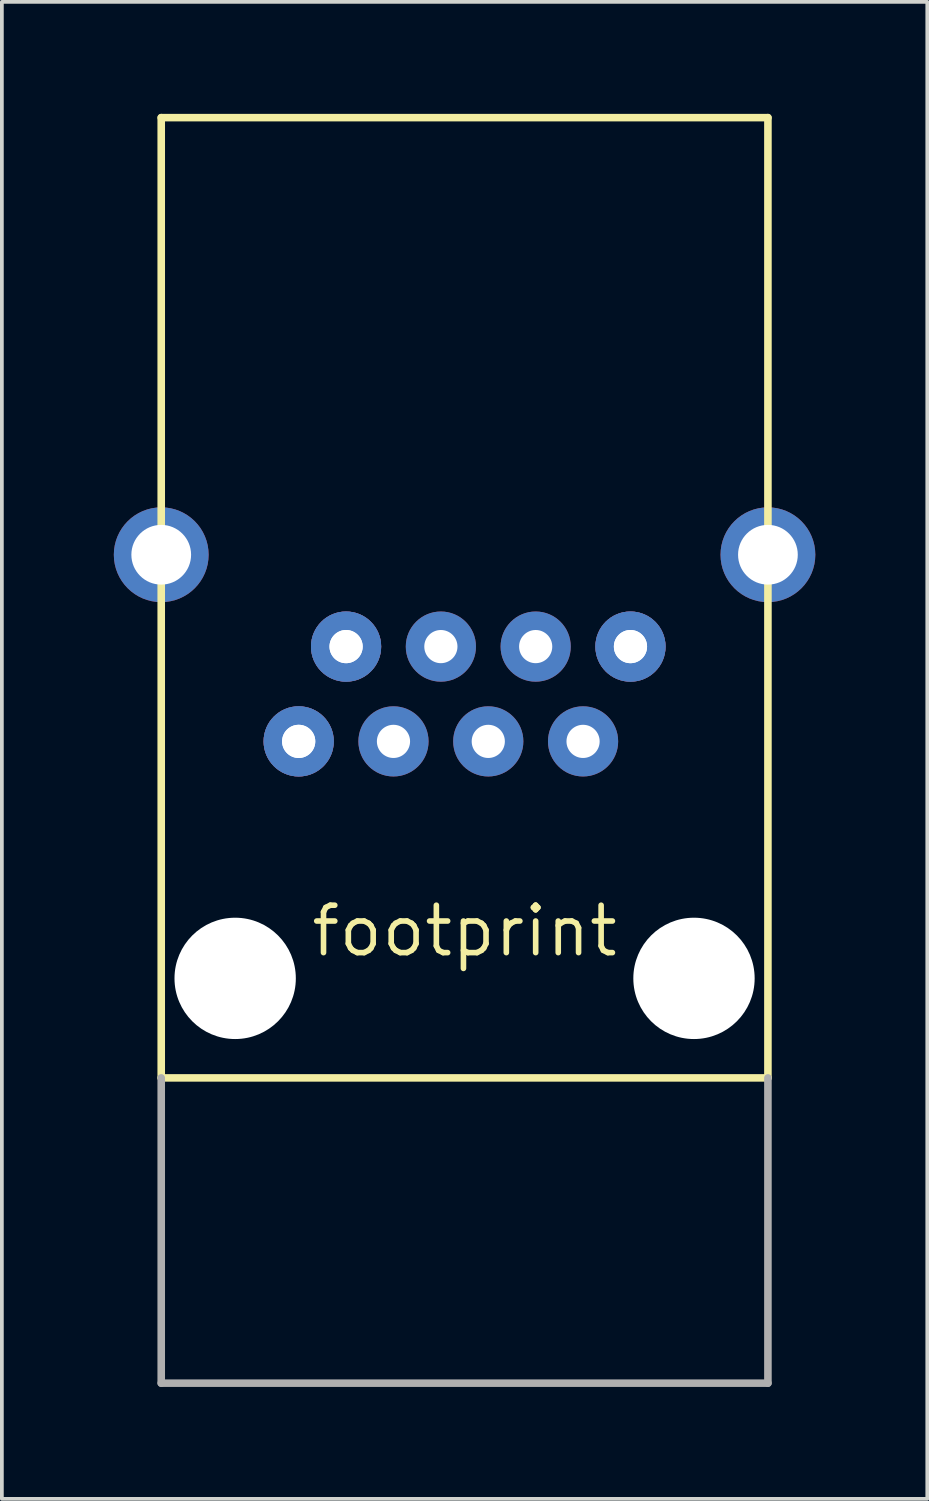
<source format=kicad_pcb>
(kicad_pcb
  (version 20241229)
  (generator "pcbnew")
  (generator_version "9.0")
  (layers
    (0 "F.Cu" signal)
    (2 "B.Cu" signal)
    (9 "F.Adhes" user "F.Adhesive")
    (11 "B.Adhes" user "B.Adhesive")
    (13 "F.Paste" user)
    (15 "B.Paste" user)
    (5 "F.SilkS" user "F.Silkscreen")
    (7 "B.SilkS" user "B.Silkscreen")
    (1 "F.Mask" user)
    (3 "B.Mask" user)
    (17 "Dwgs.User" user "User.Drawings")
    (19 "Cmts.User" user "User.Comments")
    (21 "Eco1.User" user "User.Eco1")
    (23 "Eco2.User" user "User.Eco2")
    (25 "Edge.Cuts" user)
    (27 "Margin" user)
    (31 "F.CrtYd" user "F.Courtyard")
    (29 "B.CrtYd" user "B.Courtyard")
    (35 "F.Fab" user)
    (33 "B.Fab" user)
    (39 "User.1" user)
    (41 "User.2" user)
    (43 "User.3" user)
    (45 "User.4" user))
  (footprint "footprint"
    (layer "F.Cu")
    (at 9.398 21.895)
    (property "Reference" "footprint" (at 0 0 0) (layer "F.SilkS") (effects (font (size 1.27 1.27) (thickness 0.15))))
    (fp_line (start -8.128 -21.793) (end -8.128 3.937) (stroke (width 0.203) (type solid)) (layer "F.SilkS"))
    (fp_line (start 8.128 -21.793) (end -8.128 -21.793) (stroke (width 0.203) (type solid)) (layer "F.SilkS"))
    (fp_line (start 8.128 3.937) (end -8.128 3.937) (stroke (width 0.203) (type solid)) (layer "F.SilkS"))
    (fp_line (start 8.128 3.937) (end 8.128 -21.793) (stroke (width 0.203) (type solid)) (layer "F.SilkS"))
    (fp_line (start -8.128 3.937) (end -8.128 12.116) (stroke (width 0.203) (type solid)) (layer "F.Fab"))
    (fp_line (start -8.128 12.116) (end 8.128 12.116) (stroke (width 0.203) (type solid)) (layer "F.Fab"))
    (fp_line (start 8.128 12.116) (end 8.128 3.937) (stroke (width 0.203) (type solid)) (layer "F.Fab"))
    (pad "" np_thru_hole circle (at -6.147 1.27) (size 3.251 3.251) (drill 3.251) (layers "*.Cu" "*.Mask"))
    (pad "" np_thru_hole circle (at 6.147 1.27) (size 3.251 3.251) (drill 3.251) (layers "*.Cu" "*.Mask"))
    (pad "1" thru_hole circle (at -3.175 -7.62) (size 1.88 1.88) (drill 0.889) (layers "*.Cu" "*.Mask"))
    (pad "8" thru_hole circle (at 4.445 -7.62) (size 1.88 1.88) (drill 0.889) (layers "*.Cu" "*.Mask"))
    (pad "10" thru_hole circle (at -4.445 -5.08) (size 1.88 1.88) (drill 0.889) (layers "*.Cu" "*.Mask"))
    (pad "GND@9" thru_hole circle (at -8.128 -10.081) (size 2.54 2.54) (drill 1.6) (layers "*.Cu" "*.Mask"))
    (pad "GND@10" thru_hole circle (at 8.128 -10.081) (size 2.54 2.54) (drill 1.6) (layers "*.Cu" "*.Mask"))
    (pad "P1" thru_hole circle (at 4.445 -7.62) (size 1.88 1.88) (drill 0.889) (layers "*.Cu" "*.Mask"))
    (pad "P2" thru_hole circle (at 3.175 -5.08) (size 1.88 1.88) (drill 0.889) (layers "*.Cu" "*.Mask"))
    (pad "P3" thru_hole circle (at 1.905 -7.62) (size 1.88 1.88) (drill 0.889) (layers "*.Cu" "*.Mask"))
    (pad "P4" thru_hole circle (at 0.635 -5.08) (size 1.88 1.88) (drill 0.889) (layers "*.Cu" "*.Mask"))
    (pad "P5" thru_hole circle (at -0.635 -7.62) (size 1.88 1.88) (drill 0.889) (layers "*.Cu" "*.Mask"))
    (pad "P6" thru_hole circle (at -1.905 -5.08) (size 1.88 1.88) (drill 0.889) (layers "*.Cu" "*.Mask"))
    (pad "P7" thru_hole circle (at -3.175 -7.62) (size 1.88 1.88) (drill 0.889) (layers "*.Cu" "*.Mask"))
    (pad "P8" thru_hole circle (at -4.445 -5.08) (size 1.88 1.88) (drill 0.889) (layers "*.Cu" "*.Mask")))
  (gr_rect
    (start -3 -3)
    (end 21.796 37.112)
    (stroke (width 0.1) (type default))
    (fill no)
    (layer "Edge.Cuts")))
</source>
